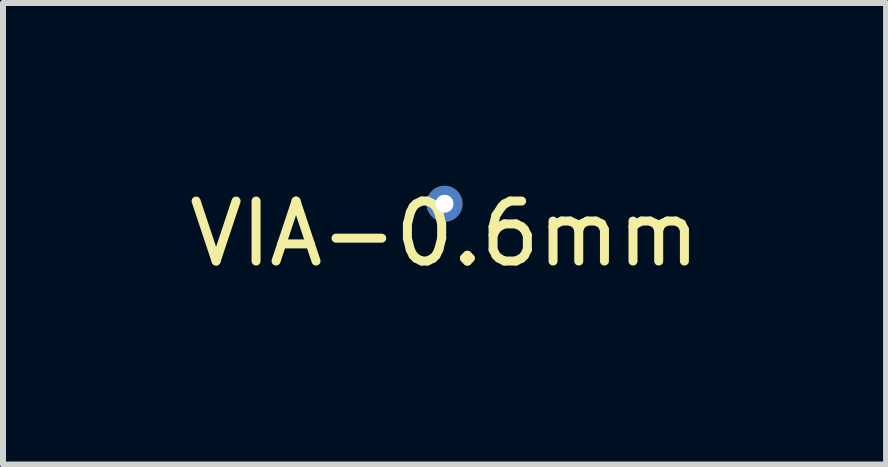
<source format=kicad_pcb>
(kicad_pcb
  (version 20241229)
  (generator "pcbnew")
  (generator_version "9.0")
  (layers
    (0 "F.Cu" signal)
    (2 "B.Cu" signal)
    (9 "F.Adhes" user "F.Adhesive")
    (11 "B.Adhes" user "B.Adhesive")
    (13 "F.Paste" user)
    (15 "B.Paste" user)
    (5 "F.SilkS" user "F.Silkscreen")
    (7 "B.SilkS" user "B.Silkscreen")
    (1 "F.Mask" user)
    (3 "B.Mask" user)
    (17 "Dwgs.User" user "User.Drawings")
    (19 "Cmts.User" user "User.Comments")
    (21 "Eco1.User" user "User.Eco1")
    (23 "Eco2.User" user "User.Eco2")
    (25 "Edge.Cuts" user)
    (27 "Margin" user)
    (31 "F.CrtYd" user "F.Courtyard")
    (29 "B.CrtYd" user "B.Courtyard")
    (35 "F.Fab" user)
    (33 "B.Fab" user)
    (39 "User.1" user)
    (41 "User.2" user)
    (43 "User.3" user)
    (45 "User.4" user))
  (footprint "VIA-0.6mm"
    (layer "F.Cu")
    (at 4.363 0.348)
    (property "Reference" "VIA-0.6mm" (at 0 0.5 0) (layer "F.SilkS") (effects (font (size 1 1) (thickness 0.15))))
    (attr through_hole)
    (pad "~" thru_hole circle (at 0 0) (size 0.6 0.6) (drill 0.3) (layers "*.Cu" "*.Mask")))
  (gr_rect
    (start -3 -3)
    (end 11.726 4.697)
    (stroke (width 0.1) (type default))
    (fill no)
    (layer "Edge.Cuts")))
</source>
